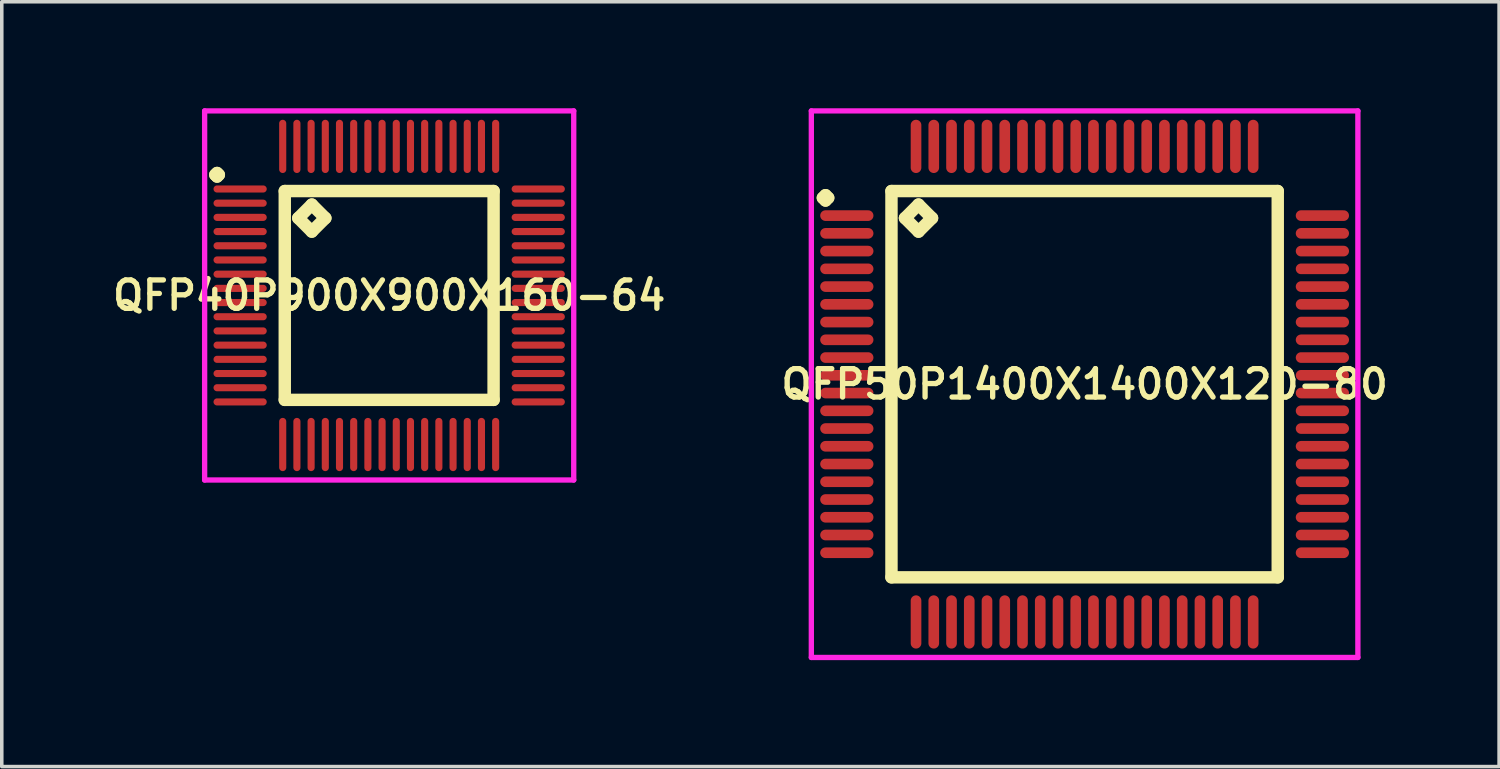
<source format=kicad_pcb>
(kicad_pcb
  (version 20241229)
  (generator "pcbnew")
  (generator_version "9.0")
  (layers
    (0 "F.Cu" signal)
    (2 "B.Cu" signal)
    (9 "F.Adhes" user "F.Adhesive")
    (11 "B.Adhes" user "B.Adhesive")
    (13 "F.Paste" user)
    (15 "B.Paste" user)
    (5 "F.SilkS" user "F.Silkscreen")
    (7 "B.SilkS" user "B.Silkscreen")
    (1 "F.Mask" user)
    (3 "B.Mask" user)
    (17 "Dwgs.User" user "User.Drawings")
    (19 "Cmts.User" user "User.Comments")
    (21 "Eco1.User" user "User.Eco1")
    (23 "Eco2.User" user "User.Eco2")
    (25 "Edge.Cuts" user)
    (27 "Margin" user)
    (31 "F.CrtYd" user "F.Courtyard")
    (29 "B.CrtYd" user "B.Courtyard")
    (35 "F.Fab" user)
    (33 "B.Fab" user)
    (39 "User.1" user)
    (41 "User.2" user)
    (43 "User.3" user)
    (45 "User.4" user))
  (footprint "QFP40P900X900X160-64"
    (layer "F.Cu")
    (at 7.916 5.275)
    (property "Reference" "QFP40P900X900X160-64" (at 0 0 0) (layer "F.SilkS") (effects (font (size 0.8 0.8) (thickness 0.15))))
    (attr through_hole)
    (fp_line (start -4.9 -3.4) (end -4.85 -3.45) (stroke (width 0.35) (type solid)) (layer "F.SilkS"))
    (fp_line (start -4.85 -3.45) (end -4.8 -3.4) (stroke (width 0.35) (type solid)) (layer "F.SilkS"))
    (fp_line (start -4.85 -3.35) (end -4.9 -3.4) (stroke (width 0.35) (type solid)) (layer "F.SilkS"))
    (fp_line (start -4.8 -3.4) (end -4.85 -3.35) (stroke (width 0.35) (type solid)) (layer "F.SilkS"))
    (fp_line (start -2.942 -2.942) (end -2.942 2.942) (stroke (width 0.35) (type solid)) (layer "F.SilkS"))
    (fp_line (start -2.942 2.942) (end 2.942 2.942) (stroke (width 0.35) (type solid)) (layer "F.SilkS"))
    (fp_line (start -2.561 -2.18) (end -2.18 -2.561) (stroke (width 0.35) (type solid)) (layer "F.SilkS"))
    (fp_line (start -2.18 -2.561) (end -1.799 -2.18) (stroke (width 0.35) (type solid)) (layer "F.SilkS"))
    (fp_line (start -2.18 -1.799) (end -2.561 -2.18) (stroke (width 0.35) (type solid)) (layer "F.SilkS"))
    (fp_line (start -1.799 -2.18) (end -2.18 -1.799) (stroke (width 0.35) (type solid)) (layer "F.SilkS"))
    (fp_line (start 2.942 -2.942) (end -2.942 -2.942) (stroke (width 0.35) (type solid)) (layer "F.SilkS"))
    (fp_line (start 2.942 2.942) (end 2.942 -2.942) (stroke (width 0.35) (type solid)) (layer "F.SilkS"))
    (fp_line (start -5.2 -5.2) (end 5.2 -5.2) (stroke (width 0.15) (type solid)) (layer "F.CrtYd"))
    (fp_line (start -5.2 5.2) (end -5.2 -5.2) (stroke (width 0.15) (type solid)) (layer "F.CrtYd"))
    (fp_line (start 5.2 -5.2) (end 5.2 5.2) (stroke (width 0.15) (type solid)) (layer "F.CrtYd"))
    (fp_line (start 5.2 5.2) (end -5.2 5.2) (stroke (width 0.15) (type solid)) (layer "F.CrtYd"))
    (pad "1" smd oval (at -4.2 -3) (size 1.5 0.2) (layers "F.Cu" "F.Mask" "F.Paste"))
    (pad "2" smd oval (at -4.2 -2.6) (size 1.5 0.2) (layers "F.Cu" "F.Mask" "F.Paste"))
    (pad "3" smd oval (at -4.2 -2.2) (size 1.5 0.2) (layers "F.Cu" "F.Mask" "F.Paste"))
    (pad "4" smd oval (at -4.2 -1.8) (size 1.5 0.2) (layers "F.Cu" "F.Mask" "F.Paste"))
    (pad "5" smd oval (at -4.2 -1.4) (size 1.5 0.2) (layers "F.Cu" "F.Mask" "F.Paste"))
    (pad "6" smd oval (at -4.2 -1) (size 1.5 0.2) (layers "F.Cu" "F.Mask" "F.Paste"))
    (pad "7" smd oval (at -4.2 -0.6) (size 1.5 0.2) (layers "F.Cu" "F.Mask" "F.Paste"))
    (pad "8" smd oval (at -4.2 -0.2) (size 1.5 0.2) (layers "F.Cu" "F.Mask" "F.Paste"))
    (pad "9" smd oval (at -4.2 0.2) (size 1.5 0.2) (layers "F.Cu" "F.Mask" "F.Paste"))
    (pad "10" smd oval (at -4.2 0.6) (size 1.5 0.2) (layers "F.Cu" "F.Mask" "F.Paste"))
    (pad "11" smd oval (at -4.2 1) (size 1.5 0.2) (layers "F.Cu" "F.Mask" "F.Paste"))
    (pad "12" smd oval (at -4.2 1.4) (size 1.5 0.2) (layers "F.Cu" "F.Mask" "F.Paste"))
    (pad "13" smd oval (at -4.2 1.8) (size 1.5 0.2) (layers "F.Cu" "F.Mask" "F.Paste"))
    (pad "14" smd oval (at -4.2 2.2) (size 1.5 0.2) (layers "F.Cu" "F.Mask" "F.Paste"))
    (pad "15" smd oval (at -4.2 2.6) (size 1.5 0.2) (layers "F.Cu" "F.Mask" "F.Paste"))
    (pad "16" smd oval (at -4.2 3) (size 1.5 0.2) (layers "F.Cu" "F.Mask" "F.Paste"))
    (pad "17" smd oval (at -3 4.2) (size 0.2 1.5) (layers "F.Cu" "F.Mask" "F.Paste"))
    (pad "18" smd oval (at -2.6 4.2) (size 0.2 1.5) (layers "F.Cu" "F.Mask" "F.Paste"))
    (pad "19" smd oval (at -2.2 4.2) (size 0.2 1.5) (layers "F.Cu" "F.Mask" "F.Paste"))
    (pad "20" smd oval (at -1.8 4.2) (size 0.2 1.5) (layers "F.Cu" "F.Mask" "F.Paste"))
    (pad "21" smd oval (at -1.4 4.2) (size 0.2 1.5) (layers "F.Cu" "F.Mask" "F.Paste"))
    (pad "22" smd oval (at -1 4.2) (size 0.2 1.5) (layers "F.Cu" "F.Mask" "F.Paste"))
    (pad "23" smd oval (at -0.6 4.2) (size 0.2 1.5) (layers "F.Cu" "F.Mask" "F.Paste"))
    (pad "24" smd oval (at -0.2 4.2) (size 0.2 1.5) (layers "F.Cu" "F.Mask" "F.Paste"))
    (pad "25" smd oval (at 0.2 4.2) (size 0.2 1.5) (layers "F.Cu" "F.Mask" "F.Paste"))
    (pad "26" smd oval (at 0.6 4.2) (size 0.2 1.5) (layers "F.Cu" "F.Mask" "F.Paste"))
    (pad "27" smd oval (at 1 4.2) (size 0.2 1.5) (layers "F.Cu" "F.Mask" "F.Paste"))
    (pad "28" smd oval (at 1.4 4.2) (size 0.2 1.5) (layers "F.Cu" "F.Mask" "F.Paste"))
    (pad "29" smd oval (at 1.8 4.2) (size 0.2 1.5) (layers "F.Cu" "F.Mask" "F.Paste"))
    (pad "30" smd oval (at 2.2 4.2) (size 0.2 1.5) (layers "F.Cu" "F.Mask" "F.Paste"))
    (pad "31" smd oval (at 2.6 4.2) (size 0.2 1.5) (layers "F.Cu" "F.Mask" "F.Paste"))
    (pad "32" smd oval (at 3 4.2) (size 0.2 1.5) (layers "F.Cu" "F.Mask" "F.Paste"))
    (pad "33" smd oval (at 4.2 3) (size 1.5 0.2) (layers "F.Cu" "F.Mask" "F.Paste"))
    (pad "34" smd oval (at 4.2 2.6) (size 1.5 0.2) (layers "F.Cu" "F.Mask" "F.Paste"))
    (pad "35" smd oval (at 4.2 2.2) (size 1.5 0.2) (layers "F.Cu" "F.Mask" "F.Paste"))
    (pad "36" smd oval (at 4.2 1.8) (size 1.5 0.2) (layers "F.Cu" "F.Mask" "F.Paste"))
    (pad "37" smd oval (at 4.2 1.4) (size 1.5 0.2) (layers "F.Cu" "F.Mask" "F.Paste"))
    (pad "38" smd oval (at 4.2 1) (size 1.5 0.2) (layers "F.Cu" "F.Mask" "F.Paste"))
    (pad "39" smd oval (at 4.2 0.6) (size 1.5 0.2) (layers "F.Cu" "F.Mask" "F.Paste"))
    (pad "40" smd oval (at 4.2 0.2) (size 1.5 0.2) (layers "F.Cu" "F.Mask" "F.Paste"))
    (pad "41" smd oval (at 4.2 -0.2) (size 1.5 0.2) (layers "F.Cu" "F.Mask" "F.Paste"))
    (pad "42" smd oval (at 4.2 -0.6) (size 1.5 0.2) (layers "F.Cu" "F.Mask" "F.Paste"))
    (pad "43" smd oval (at 4.2 -1) (size 1.5 0.2) (layers "F.Cu" "F.Mask" "F.Paste"))
    (pad "44" smd oval (at 4.2 -1.4) (size 1.5 0.2) (layers "F.Cu" "F.Mask" "F.Paste"))
    (pad "45" smd oval (at 4.2 -1.8) (size 1.5 0.2) (layers "F.Cu" "F.Mask" "F.Paste"))
    (pad "46" smd oval (at 4.2 -2.2) (size 1.5 0.2) (layers "F.Cu" "F.Mask" "F.Paste"))
    (pad "47" smd oval (at 4.2 -2.6) (size 1.5 0.2) (layers "F.Cu" "F.Mask" "F.Paste"))
    (pad "48" smd oval (at 4.2 -3) (size 1.5 0.2) (layers "F.Cu" "F.Mask" "F.Paste"))
    (pad "49" smd oval (at 3 -4.2) (size 0.2 1.5) (layers "F.Cu" "F.Mask" "F.Paste"))
    (pad "50" smd oval (at 2.6 -4.2) (size 0.2 1.5) (layers "F.Cu" "F.Mask" "F.Paste"))
    (pad "51" smd oval (at 2.2 -4.2) (size 0.2 1.5) (layers "F.Cu" "F.Mask" "F.Paste"))
    (pad "52" smd oval (at 1.8 -4.2) (size 0.2 1.5) (layers "F.Cu" "F.Mask" "F.Paste"))
    (pad "53" smd oval (at 1.4 -4.2) (size 0.2 1.5) (layers "F.Cu" "F.Mask" "F.Paste"))
    (pad "54" smd oval (at 1 -4.2) (size 0.2 1.5) (layers "F.Cu" "F.Mask" "F.Paste"))
    (pad "55" smd oval (at 0.6 -4.2) (size 0.2 1.5) (layers "F.Cu" "F.Mask" "F.Paste"))
    (pad "56" smd oval (at 0.2 -4.2) (size 0.2 1.5) (layers "F.Cu" "F.Mask" "F.Paste"))
    (pad "57" smd oval (at -0.2 -4.2) (size 0.2 1.5) (layers "F.Cu" "F.Mask" "F.Paste"))
    (pad "58" smd oval (at -0.6 -4.2) (size 0.2 1.5) (layers "F.Cu" "F.Mask" "F.Paste"))
    (pad "59" smd oval (at -1 -4.2) (size 0.2 1.5) (layers "F.Cu" "F.Mask" "F.Paste"))
    (pad "60" smd oval (at -1.4 -4.2) (size 0.2 1.5) (layers "F.Cu" "F.Mask" "F.Paste"))
    (pad "61" smd oval (at -1.8 -4.2) (size 0.2 1.5) (layers "F.Cu" "F.Mask" "F.Paste"))
    (pad "62" smd oval (at -2.2 -4.2) (size 0.2 1.5) (layers "F.Cu" "F.Mask" "F.Paste"))
    (pad "63" smd oval (at -2.6 -4.2) (size 0.2 1.5) (layers "F.Cu" "F.Mask" "F.Paste"))
    (pad "64" smd oval (at -3 -4.2) (size 0.2 1.5) (layers "F.Cu" "F.Mask" "F.Paste")))
  (footprint "QFP50P1400X1400X120-80"
    (layer "F.Cu")
    (at 27.511 7.775)
    (property "Reference" "QFP50P1400X1400X120-80" (at 0 0 0) (layer "F.SilkS") (effects (font (size 0.8 0.8) (thickness 0.15))))
    (attr smd)
    (fp_line (start -7.375 -5.25) (end -7.3 -5.325) (stroke (width 0.35) (type solid)) (layer "F.SilkS"))
    (fp_line (start -7.3 -5.325) (end -7.225 -5.25) (stroke (width 0.35) (type solid)) (layer "F.SilkS"))
    (fp_line (start -7.3 -5.175) (end -7.375 -5.25) (stroke (width 0.35) (type solid)) (layer "F.SilkS"))
    (fp_line (start -7.225 -5.25) (end -7.3 -5.175) (stroke (width 0.35) (type solid)) (layer "F.SilkS"))
    (fp_line (start -5.442 -5.442) (end -5.442 5.442) (stroke (width 0.35) (type solid)) (layer "F.SilkS"))
    (fp_line (start -5.442 5.442) (end 5.442 5.442) (stroke (width 0.35) (type solid)) (layer "F.SilkS"))
    (fp_line (start -5.061 -4.68) (end -4.68 -5.061) (stroke (width 0.35) (type solid)) (layer "F.SilkS"))
    (fp_line (start -4.68 -5.061) (end -4.299 -4.68) (stroke (width 0.35) (type solid)) (layer "F.SilkS"))
    (fp_line (start -4.68 -4.299) (end -5.061 -4.68) (stroke (width 0.35) (type solid)) (layer "F.SilkS"))
    (fp_line (start -4.299 -4.68) (end -4.68 -4.299) (stroke (width 0.35) (type solid)) (layer "F.SilkS"))
    (fp_line (start 5.442 -5.442) (end -5.442 -5.442) (stroke (width 0.35) (type solid)) (layer "F.SilkS"))
    (fp_line (start 5.442 5.442) (end 5.442 -5.442) (stroke (width 0.35) (type solid)) (layer "F.SilkS"))
    (fp_line (start -7.7 -7.7) (end 7.7 -7.7) (stroke (width 0.15) (type solid)) (layer "F.CrtYd"))
    (fp_line (start -7.7 7.7) (end -7.7 -7.7) (stroke (width 0.15) (type solid)) (layer "F.CrtYd"))
    (fp_line (start 7.7 -7.7) (end 7.7 7.7) (stroke (width 0.15) (type solid)) (layer "F.CrtYd"))
    (fp_line (start 7.7 7.7) (end -7.7 7.7) (stroke (width 0.15) (type solid)) (layer "F.CrtYd"))
    (pad "1" smd oval (at -6.7 -4.75) (size 1.5 0.3) (layers "F.Cu" "F.Mask" "F.Paste"))
    (pad "2" smd oval (at -6.7 -4.25) (size 1.5 0.3) (layers "F.Cu" "F.Mask" "F.Paste"))
    (pad "3" smd oval (at -6.7 -3.75) (size 1.5 0.3) (layers "F.Cu" "F.Mask" "F.Paste"))
    (pad "4" smd oval (at -6.7 -3.25) (size 1.5 0.3) (layers "F.Cu" "F.Mask" "F.Paste"))
    (pad "5" smd oval (at -6.7 -2.75) (size 1.5 0.3) (layers "F.Cu" "F.Mask" "F.Paste"))
    (pad "6" smd oval (at -6.7 -2.25) (size 1.5 0.3) (layers "F.Cu" "F.Mask" "F.Paste"))
    (pad "7" smd oval (at -6.7 -1.75) (size 1.5 0.3) (layers "F.Cu" "F.Mask" "F.Paste"))
    (pad "8" smd oval (at -6.7 -1.25) (size 1.5 0.3) (layers "F.Cu" "F.Mask" "F.Paste"))
    (pad "9" smd oval (at -6.7 -0.75) (size 1.5 0.3) (layers "F.Cu" "F.Mask" "F.Paste"))
    (pad "10" smd oval (at -6.7 -0.25) (size 1.5 0.3) (layers "F.Cu" "F.Mask" "F.Paste"))
    (pad "11" smd oval (at -6.7 0.25) (size 1.5 0.3) (layers "F.Cu" "F.Mask" "F.Paste"))
    (pad "12" smd oval (at -6.7 0.75) (size 1.5 0.3) (layers "F.Cu" "F.Mask" "F.Paste"))
    (pad "13" smd oval (at -6.7 1.25) (size 1.5 0.3) (layers "F.Cu" "F.Mask" "F.Paste"))
    (pad "14" smd oval (at -6.7 1.75) (size 1.5 0.3) (layers "F.Cu" "F.Mask" "F.Paste"))
    (pad "15" smd oval (at -6.7 2.25) (size 1.5 0.3) (layers "F.Cu" "F.Mask" "F.Paste"))
    (pad "16" smd oval (at -6.7 2.75) (size 1.5 0.3) (layers "F.Cu" "F.Mask" "F.Paste"))
    (pad "17" smd oval (at -6.7 3.25) (size 1.5 0.3) (layers "F.Cu" "F.Mask" "F.Paste"))
    (pad "18" smd oval (at -6.7 3.75) (size 1.5 0.3) (layers "F.Cu" "F.Mask" "F.Paste"))
    (pad "19" smd oval (at -6.7 4.25) (size 1.5 0.3) (layers "F.Cu" "F.Mask" "F.Paste"))
    (pad "20" smd oval (at -6.7 4.75) (size 1.5 0.3) (layers "F.Cu" "F.Mask" "F.Paste"))
    (pad "21" smd oval (at -4.75 6.7) (size 0.3 1.5) (layers "F.Cu" "F.Mask" "F.Paste"))
    (pad "22" smd oval (at -4.25 6.7) (size 0.3 1.5) (layers "F.Cu" "F.Mask" "F.Paste"))
    (pad "23" smd oval (at -3.75 6.7) (size 0.3 1.5) (layers "F.Cu" "F.Mask" "F.Paste"))
    (pad "24" smd oval (at -3.25 6.7) (size 0.3 1.5) (layers "F.Cu" "F.Mask" "F.Paste"))
    (pad "25" smd oval (at -2.75 6.7) (size 0.3 1.5) (layers "F.Cu" "F.Mask" "F.Paste"))
    (pad "26" smd oval (at -2.25 6.7) (size 0.3 1.5) (layers "F.Cu" "F.Mask" "F.Paste"))
    (pad "27" smd oval (at -1.75 6.7) (size 0.3 1.5) (layers "F.Cu" "F.Mask" "F.Paste"))
    (pad "28" smd oval (at -1.25 6.7) (size 0.3 1.5) (layers "F.Cu" "F.Mask" "F.Paste"))
    (pad "29" smd oval (at -0.75 6.7) (size 0.3 1.5) (layers "F.Cu" "F.Mask" "F.Paste"))
    (pad "30" smd oval (at -0.25 6.7) (size 0.3 1.5) (layers "F.Cu" "F.Mask" "F.Paste"))
    (pad "31" smd oval (at 0.25 6.7) (size 0.3 1.5) (layers "F.Cu" "F.Mask" "F.Paste"))
    (pad "32" smd oval (at 0.75 6.7) (size 0.3 1.5) (layers "F.Cu" "F.Mask" "F.Paste"))
    (pad "33" smd oval (at 1.25 6.7) (size 0.3 1.5) (layers "F.Cu" "F.Mask" "F.Paste"))
    (pad "34" smd oval (at 1.75 6.7) (size 0.3 1.5) (layers "F.Cu" "F.Mask" "F.Paste"))
    (pad "35" smd oval (at 2.25 6.7) (size 0.3 1.5) (layers "F.Cu" "F.Mask" "F.Paste"))
    (pad "36" smd oval (at 2.75 6.7) (size 0.3 1.5) (layers "F.Cu" "F.Mask" "F.Paste"))
    (pad "37" smd oval (at 3.25 6.7) (size 0.3 1.5) (layers "F.Cu" "F.Mask" "F.Paste"))
    (pad "38" smd oval (at 3.75 6.7) (size 0.3 1.5) (layers "F.Cu" "F.Mask" "F.Paste"))
    (pad "39" smd oval (at 4.25 6.7) (size 0.3 1.5) (layers "F.Cu" "F.Mask" "F.Paste"))
    (pad "40" smd oval (at 4.75 6.7) (size 0.3 1.5) (layers "F.Cu" "F.Mask" "F.Paste"))
    (pad "41" smd oval (at 6.7 4.75) (size 1.5 0.3) (layers "F.Cu" "F.Mask" "F.Paste"))
    (pad "42" smd oval (at 6.7 4.25) (size 1.5 0.3) (layers "F.Cu" "F.Mask" "F.Paste"))
    (pad "43" smd oval (at 6.7 3.75) (size 1.5 0.3) (layers "F.Cu" "F.Mask" "F.Paste"))
    (pad "44" smd oval (at 6.7 3.25) (size 1.5 0.3) (layers "F.Cu" "F.Mask" "F.Paste"))
    (pad "45" smd oval (at 6.7 2.75) (size 1.5 0.3) (layers "F.Cu" "F.Mask" "F.Paste"))
    (pad "46" smd oval (at 6.7 2.25) (size 1.5 0.3) (layers "F.Cu" "F.Mask" "F.Paste"))
    (pad "47" smd oval (at 6.7 1.75) (size 1.5 0.3) (layers "F.Cu" "F.Mask" "F.Paste"))
    (pad "48" smd oval (at 6.7 1.25) (size 1.5 0.3) (layers "F.Cu" "F.Mask" "F.Paste"))
    (pad "49" smd oval (at 6.7 0.75) (size 1.5 0.3) (layers "F.Cu" "F.Mask" "F.Paste"))
    (pad "50" smd oval (at 6.7 0.25) (size 1.5 0.3) (layers "F.Cu" "F.Mask" "F.Paste"))
    (pad "51" smd oval (at 6.7 -0.25) (size 1.5 0.3) (layers "F.Cu" "F.Mask" "F.Paste"))
    (pad "52" smd oval (at 6.7 -0.75) (size 1.5 0.3) (layers "F.Cu" "F.Mask" "F.Paste"))
    (pad "53" smd oval (at 6.7 -1.25) (size 1.5 0.3) (layers "F.Cu" "F.Mask" "F.Paste"))
    (pad "54" smd oval (at 6.7 -1.75) (size 1.5 0.3) (layers "F.Cu" "F.Mask" "F.Paste"))
    (pad "55" smd oval (at 6.7 -2.25) (size 1.5 0.3) (layers "F.Cu" "F.Mask" "F.Paste"))
    (pad "56" smd oval (at 6.7 -2.75) (size 1.5 0.3) (layers "F.Cu" "F.Mask" "F.Paste"))
    (pad "57" smd oval (at 6.7 -3.25) (size 1.5 0.3) (layers "F.Cu" "F.Mask" "F.Paste"))
    (pad "58" smd oval (at 6.7 -3.75) (size 1.5 0.3) (layers "F.Cu" "F.Mask" "F.Paste"))
    (pad "59" smd oval (at 6.7 -4.25) (size 1.5 0.3) (layers "F.Cu" "F.Mask" "F.Paste"))
    (pad "60" smd oval (at 6.7 -4.75) (size 1.5 0.3) (layers "F.Cu" "F.Mask" "F.Paste"))
    (pad "61" smd oval (at 4.75 -6.7) (size 0.3 1.5) (layers "F.Cu" "F.Mask" "F.Paste"))
    (pad "62" smd oval (at 4.25 -6.7) (size 0.3 1.5) (layers "F.Cu" "F.Mask" "F.Paste"))
    (pad "63" smd oval (at 3.75 -6.7) (size 0.3 1.5) (layers "F.Cu" "F.Mask" "F.Paste"))
    (pad "64" smd oval (at 3.25 -6.7) (size 0.3 1.5) (layers "F.Cu" "F.Mask" "F.Paste"))
    (pad "65" smd oval (at 2.75 -6.7) (size 0.3 1.5) (layers "F.Cu" "F.Mask" "F.Paste"))
    (pad "66" smd oval (at 2.25 -6.7) (size 0.3 1.5) (layers "F.Cu" "F.Mask" "F.Paste"))
    (pad "67" smd oval (at 1.75 -6.7) (size 0.3 1.5) (layers "F.Cu" "F.Mask" "F.Paste"))
    (pad "68" smd oval (at 1.25 -6.7) (size 0.3 1.5) (layers "F.Cu" "F.Mask" "F.Paste"))
    (pad "69" smd oval (at 0.75 -6.7) (size 0.3 1.5) (layers "F.Cu" "F.Mask" "F.Paste"))
    (pad "70" smd oval (at 0.25 -6.7) (size 0.3 1.5) (layers "F.Cu" "F.Mask" "F.Paste"))
    (pad "71" smd oval (at -0.25 -6.7) (size 0.3 1.5) (layers "F.Cu" "F.Mask" "F.Paste"))
    (pad "72" smd oval (at -0.75 -6.7) (size 0.3 1.5) (layers "F.Cu" "F.Mask" "F.Paste"))
    (pad "73" smd oval (at -1.25 -6.7) (size 0.3 1.5) (layers "F.Cu" "F.Mask" "F.Paste"))
    (pad "74" smd oval (at -1.75 -6.7) (size 0.3 1.5) (layers "F.Cu" "F.Mask" "F.Paste"))
    (pad "75" smd oval (at -2.25 -6.7) (size 0.3 1.5) (layers "F.Cu" "F.Mask" "F.Paste"))
    (pad "76" smd oval (at -2.75 -6.7) (size 0.3 1.5) (layers "F.Cu" "F.Mask" "F.Paste"))
    (pad "77" smd oval (at -3.25 -6.7) (size 0.3 1.5) (layers "F.Cu" "F.Mask" "F.Paste"))
    (pad "78" smd oval (at -3.75 -6.7) (size 0.3 1.5) (layers "F.Cu" "F.Mask" "F.Paste"))
    (pad "79" smd oval (at -4.25 -6.7) (size 0.3 1.5) (layers "F.Cu" "F.Mask" "F.Paste"))
    (pad "80" smd oval (at -4.75 -6.7) (size 0.3 1.5) (layers "F.Cu" "F.Mask" "F.Paste")))
  (gr_rect
    (start -3 -3)
    (end 39.19 18.55)
    (stroke (width 0.1) (type default))
    (fill no)
    (layer "Edge.Cuts")))
</source>
